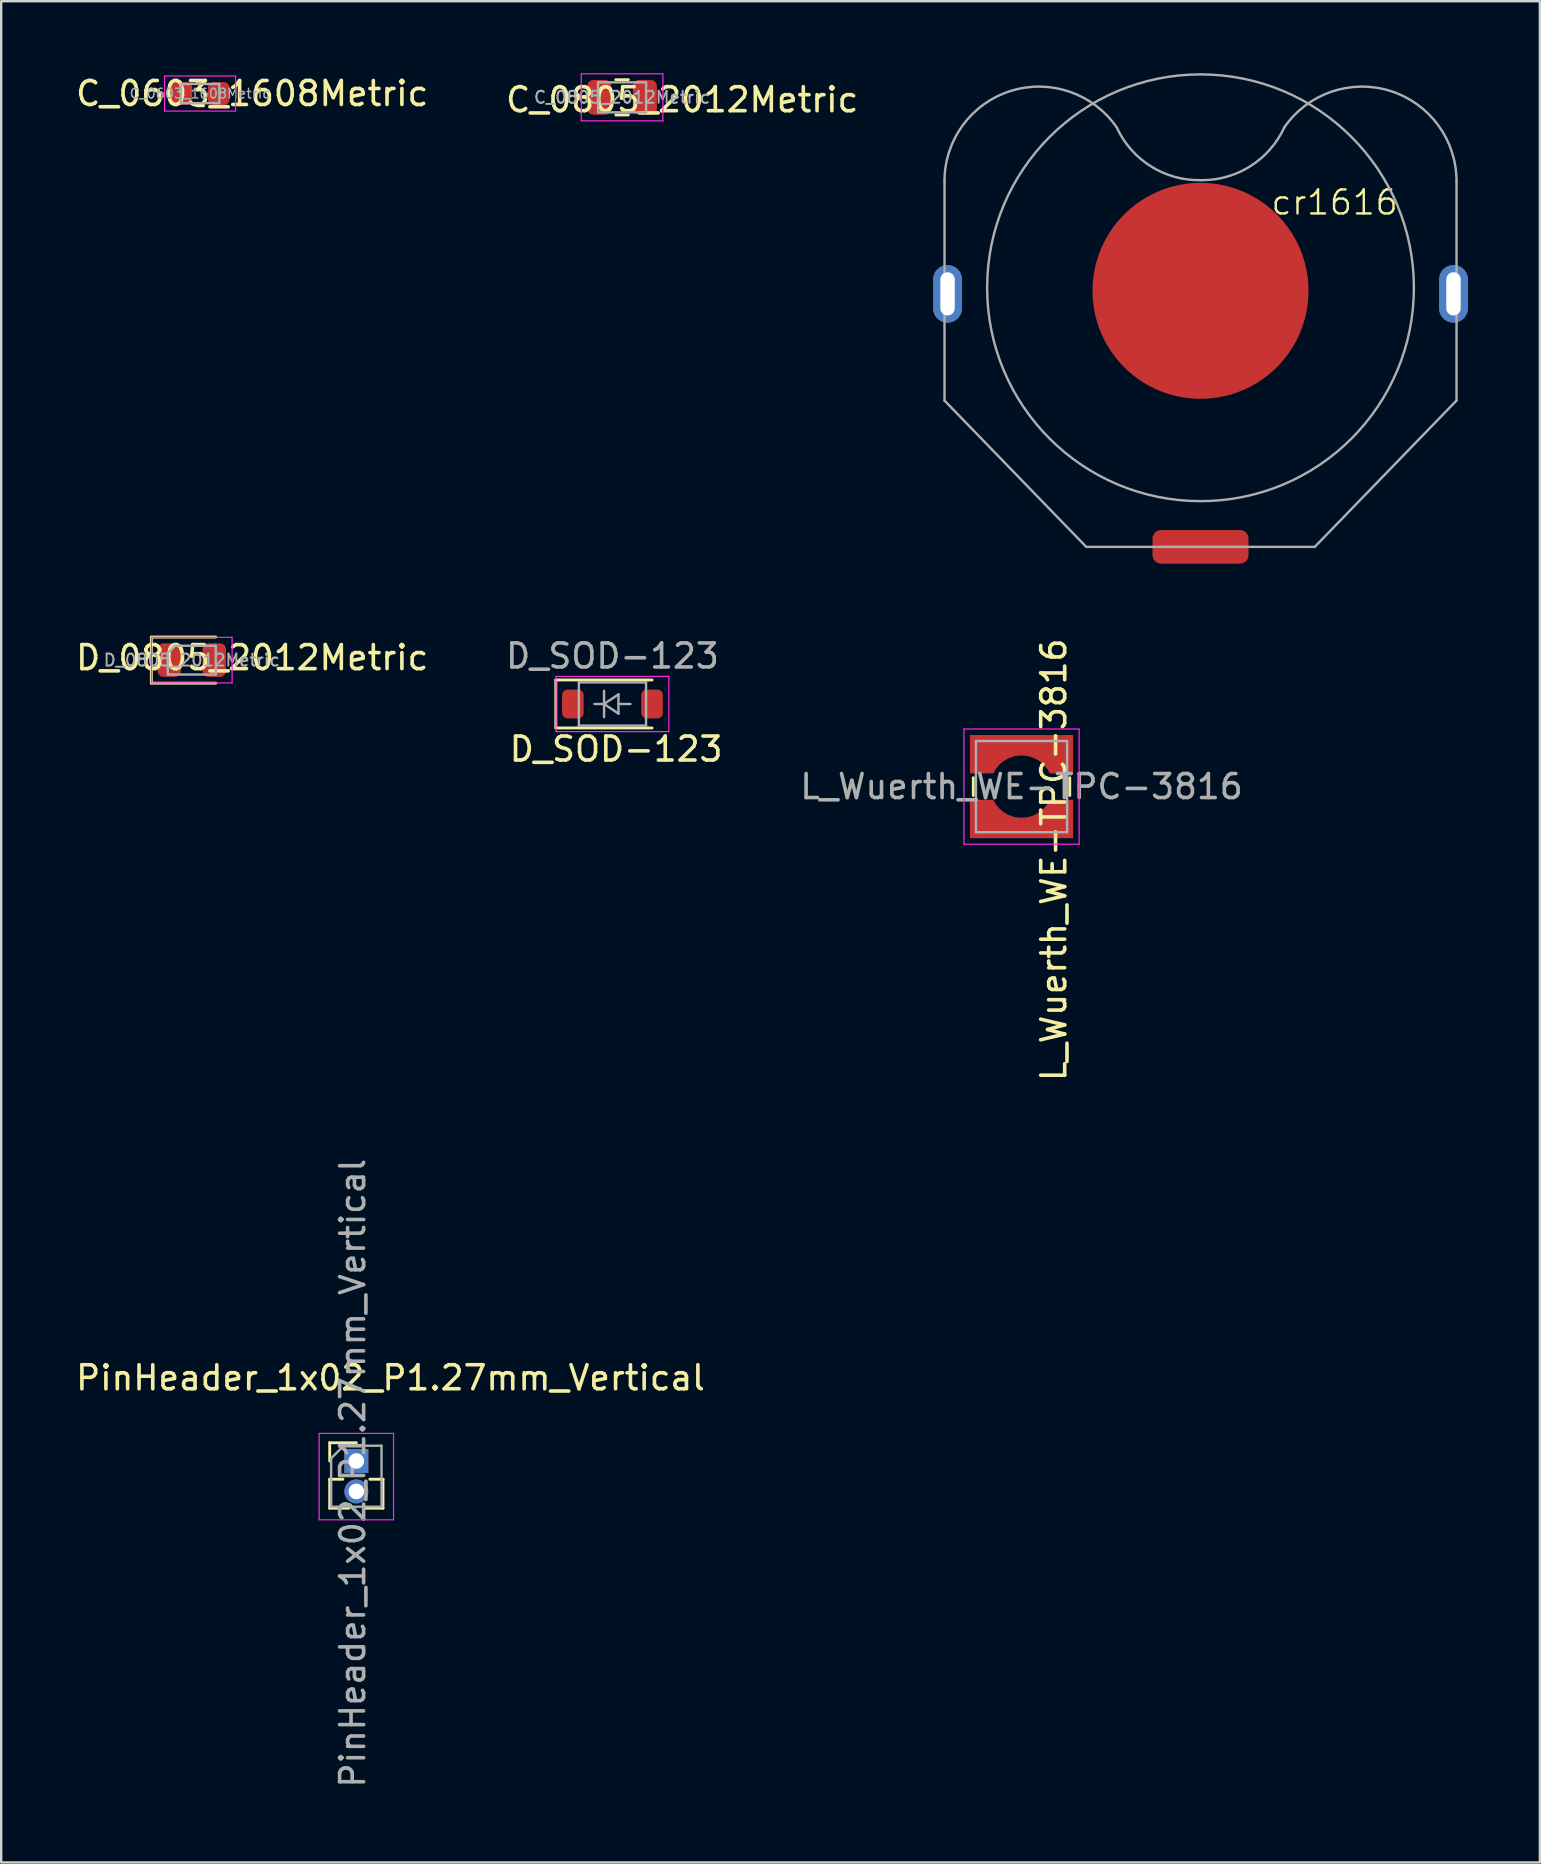
<source format=kicad_pcb>
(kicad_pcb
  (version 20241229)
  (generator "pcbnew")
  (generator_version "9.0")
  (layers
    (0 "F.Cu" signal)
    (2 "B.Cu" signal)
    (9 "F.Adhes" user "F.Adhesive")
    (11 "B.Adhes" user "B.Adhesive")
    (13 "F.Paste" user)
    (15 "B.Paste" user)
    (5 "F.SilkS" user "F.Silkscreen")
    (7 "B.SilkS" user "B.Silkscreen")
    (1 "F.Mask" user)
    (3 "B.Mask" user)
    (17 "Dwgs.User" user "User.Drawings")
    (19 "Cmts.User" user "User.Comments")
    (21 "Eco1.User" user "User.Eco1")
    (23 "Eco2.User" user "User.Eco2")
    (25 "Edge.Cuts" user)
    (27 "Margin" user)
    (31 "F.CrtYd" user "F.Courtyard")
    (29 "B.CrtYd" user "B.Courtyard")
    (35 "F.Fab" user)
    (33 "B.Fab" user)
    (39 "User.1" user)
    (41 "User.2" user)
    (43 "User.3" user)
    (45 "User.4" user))
  (footprint "C_0603_1608Metric"
    (layer "F.Cu")
    (at 5.287 0.848)
    (property "Reference" "C_0603_1608Metric" (at 2.171 0 0) (layer "F.SilkS") (effects (font (size 1 1) (thickness 0.15))))
    (attr smd)
    (fp_line (start -0.141 -0.51) (end 0.141 -0.51) (stroke (width 0.12) (type solid)) (layer "F.SilkS"))
    (fp_line (start -0.141 0.51) (end 0.141 0.51) (stroke (width 0.12) (type solid)) (layer "F.SilkS"))
    (fp_line (start -1.48 -0.73) (end 1.48 -0.73) (stroke (width 0.05) (type solid)) (layer "F.CrtYd"))
    (fp_line (start -1.48 0.73) (end -1.48 -0.73) (stroke (width 0.05) (type solid)) (layer "F.CrtYd"))
    (fp_line (start 1.48 -0.73) (end 1.48 0.73) (stroke (width 0.05) (type solid)) (layer "F.CrtYd"))
    (fp_line (start 1.48 0.73) (end -1.48 0.73) (stroke (width 0.05) (type solid)) (layer "F.CrtYd"))
    (fp_line (start -0.8 -0.4) (end 0.8 -0.4) (stroke (width 0.1) (type solid)) (layer "F.Fab"))
    (fp_line (start -0.8 0.4) (end -0.8 -0.4) (stroke (width 0.1) (type solid)) (layer "F.Fab"))
    (fp_line (start 0.8 -0.4) (end 0.8 0.4) (stroke (width 0.1) (type solid)) (layer "F.Fab"))
    (fp_line (start 0.8 0.4) (end -0.8 0.4) (stroke (width 0.1) (type solid)) (layer "F.Fab"))
    (fp_text user "${REFERENCE}" (at 0 0 0) (layer "F.Fab") (effects (font (size 0.4 0.4) (thickness 0.06))))
    (pad "1" smd roundrect (at -0.775 0 180) (size 0.9 0.95) (layers "F.Cu" "F.Mask" "F.Paste") (roundrect_rratio 0.25))
    (pad "2" smd roundrect (at 0.775 0 180) (size 0.9 0.95) (layers "F.Cu" "F.Mask" "F.Paste") (roundrect_rratio 0.25)))
  (footprint "L_Wuerth_WE-TPC-3816"
    (layer "F.Cu")
    (at 39.515 29.727)
    (property "Reference" "L_Wuerth_WE-TPC-3816" (at 1.344 3.048 270) (layer "F.SilkS") (effects (font (size 1 1) (thickness 0.15))))
    (attr smd)
    (fp_line (start -2.01 0.37) (end -2.01 -0.37) (stroke (width 0.12) (type solid)) (layer "F.SilkS"))
    (fp_line (start 2.01 -0.37) (end 2.01 0.37) (stroke (width 0.12) (type solid)) (layer "F.SilkS"))
    (fp_line (start -2.4 -2.4) (end 2.4 -2.4) (stroke (width 0.05) (type solid)) (layer "F.CrtYd"))
    (fp_line (start -2.4 2.4) (end -2.4 -2.4) (stroke (width 0.05) (type solid)) (layer "F.CrtYd"))
    (fp_line (start 2.4 -2.4) (end 2.4 2.4) (stroke (width 0.05) (type solid)) (layer "F.CrtYd"))
    (fp_line (start 2.4 2.4) (end -2.4 2.4) (stroke (width 0.05) (type solid)) (layer "F.CrtYd"))
    (fp_line (start -1.9 -1.9) (end 1.9 -1.9) (stroke (width 0.1) (type solid)) (layer "F.Fab"))
    (fp_line (start -1.9 1.9) (end -1.9 -1.9) (stroke (width 0.1) (type solid)) (layer "F.Fab"))
    (fp_line (start 1.9 -1.9) (end 1.9 1.9) (stroke (width 0.1) (type solid)) (layer "F.Fab"))
    (fp_line (start 1.9 1.9) (end -1.9 1.9) (stroke (width 0.1) (type solid)) (layer "F.Fab"))
    (fp_text user "${REFERENCE}" (at 0 0 180) (layer "F.Fab") (effects (font (size 1 1) (thickness 0.15))))
    (pad "1" smd custom (at 0 -1.75) (size 0.7 0.7) (layers "F.Cu" "F.Mask" "F.Paste") (options (anchor circle)) (primitives (gr_poly (pts (xy 2.15 1.2) (xy 1.178 1.2) (xy 1.065 1.004) (xy 0.919 0.83) (xy 0.745 0.685) (xy 0.549 0.572) (xy 0.336 0.494) (xy 0.113 0.455) (xy -0.113 0.455) (xy -0.336 0.494) (xy -0.549 0.572) (xy -0.745 0.685) (xy -0.919 0.83) (xy -1.065 1.004) (xy -1.178 1.2) (xy -2.15 1.2) (xy -2.15 -0.4) (xy 2.15 -0.4)) (width 0) (fill yes))))
    (pad "2" smd custom (at 0 1.75) (size 0.7 0.7) (layers "F.Cu" "F.Mask" "F.Paste") (options (anchor circle)) (primitives (gr_poly (pts (xy -1.065 -1.004) (xy -0.919 -0.83) (xy -0.745 -0.685) (xy -0.549 -0.572) (xy -0.336 -0.494) (xy -0.113 -0.455) (xy 0.113 -0.455) (xy 0.336 -0.494) (xy 0.549 -0.572) (xy 0.745 -0.685) (xy 0.919 -0.83) (xy 1.065 -1.004) (xy 1.178 -1.2) (xy 2.15 -1.2) (xy 2.15 0.4) (xy -2.15 0.4) (xy -2.15 -1.2) (xy -1.178 -1.2)) (width 0) (fill yes)))))
  (footprint "cr1616"
    (layer "F.Cu")
    (at 46.974 9.068)
    (property "Reference" "cr1616" (at 5.588 -3.683 0) (unlocked yes) (layer "F.SilkS") (effects (font (size 1 1) (thickness 0.1))))
    (attr smd)
    (fp_line (start -10.668 -4.572) (end -10.668 4.572) (stroke (width 0.1) (type default)) (layer "F.Fab"))
    (fp_line (start -10.668 4.572) (end -4.763 10.668) (stroke (width 0.1) (type default)) (layer "F.Fab"))
    (fp_line (start 4.761 10.668) (end -4.763 10.668) (stroke (width 0.1) (type default)) (layer "F.Fab"))
    (fp_line (start 10.667 -4.572) (end 10.667 4.572) (stroke (width 0.1) (type default)) (layer "F.Fab"))
    (fp_line (start 10.667 4.572) (end 4.761 10.668) (stroke (width 0.1) (type default)) (layer "F.Fab"))
    (fp_arc (start -10.668 -4.572) (mid -7.904886 -8.32992) (end -3.494029 -6.81298) (stroke (width 0.1) (type default)) (layer "F.Fab"))
    (fp_arc (start -0.000637 -4.610211) (mid -2.075549 -5.191075) (end -3.494028 -6.81298) (stroke (width 0.1) (type default)) (layer "F.Fab"))
    (fp_arc (start 3.492754 -6.81298) (mid 2.074275 -5.191074) (end -0.000637 -4.610211) (stroke (width 0.1) (type default)) (layer "F.Fab"))
    (fp_arc (start 3.492755 -6.81298) (mid 7.903612 -8.32992) (end 10.666726 -4.572) (stroke (width 0.1) (type default)) (layer "F.Fab"))
    (fp_circle (center 0 -0.127) (end -8.89 0) (stroke (width 0.1) (type default)) (fill no) (layer "F.Fab"))
    (pad "" smd roundrect (at 0 10.668 90) (size 1.4 4) (property pad_prop_bga) (layers "F.Cu" "F.Mask" "F.Paste") (roundrect_rratio 0.25))
    (pad "1" thru_hole oval (at -10.541 0.127 90) (size 2.4 1.2) (drill oval 1.8 0.6) (layers "*.Cu" "*.Mask"))
    (pad "1" thru_hole oval (at 10.541 0.127 90) (size 2.4 1.2) (drill oval 1.8 0.6) (layers "*.Cu" "*.Mask"))
    (pad "2" smd circle (at 0 0) (size 9 9) (layers "F.Cu" "F.Mask")))
  (footprint "D_0805_2012Metric"
    (layer "F.Cu")
    (at 4.941 24.456)
    (property "Reference" "D_0805_2012Metric" (at 2.517 -0.102 0) (layer "F.SilkS") (effects (font (size 1 1) (thickness 0.15))))
    (attr smd)
    (fp_line (start -1.685 -0.96) (end -1.685 0.96) (stroke (width 0.12) (type solid)) (layer "F.SilkS"))
    (fp_line (start -1.685 0.96) (end 1 0.96) (stroke (width 0.12) (type solid)) (layer "F.SilkS"))
    (fp_line (start 1 -0.96) (end -1.685 -0.96) (stroke (width 0.12) (type solid)) (layer "F.SilkS"))
    (fp_line (start -1.68 -0.95) (end 1.68 -0.95) (stroke (width 0.05) (type solid)) (layer "F.CrtYd"))
    (fp_line (start -1.68 0.95) (end -1.68 -0.95) (stroke (width 0.05) (type solid)) (layer "F.CrtYd"))
    (fp_line (start 1.68 -0.95) (end 1.68 0.95) (stroke (width 0.05) (type solid)) (layer "F.CrtYd"))
    (fp_line (start 1.68 0.95) (end -1.68 0.95) (stroke (width 0.05) (type solid)) (layer "F.CrtYd"))
    (fp_line (start -1 -0.3) (end -1 0.6) (stroke (width 0.1) (type solid)) (layer "F.Fab"))
    (fp_line (start -1 0.6) (end 1 0.6) (stroke (width 0.1) (type solid)) (layer "F.Fab"))
    (fp_line (start -0.7 -0.6) (end -1 -0.3) (stroke (width 0.1) (type solid)) (layer "F.Fab"))
    (fp_line (start 1 -0.6) (end -0.7 -0.6) (stroke (width 0.1) (type solid)) (layer "F.Fab"))
    (fp_line (start 1 0.6) (end 1 -0.6) (stroke (width 0.1) (type solid)) (layer "F.Fab"))
    (fp_text user "${REFERENCE}" (at 0 0 0) (layer "F.Fab") (effects (font (size 0.5 0.5) (thickness 0.08))))
    (pad "1" smd roundrect (at -0.938 0 180) (size 0.975 1.4) (layers "F.Cu" "F.Mask" "F.Paste") (roundrect_rratio 0.25))
    (pad "2" smd roundrect (at 0.938 0 180) (size 0.975 1.4) (layers "F.Cu" "F.Mask" "F.Paste") (roundrect_rratio 0.25)))
  (footprint "D_SOD-123"
    (layer "F.Cu")
    (at 22.47 26.284)
    (property "Reference" "D_SOD-123" (at 0.152 1.88 0) (layer "F.SilkS") (effects (font (size 1 1) (thickness 0.15))))
    (attr smd)
    (fp_line (start -2.36 -1) (end -2.36 1) (stroke (width 0.12) (type solid)) (layer "F.SilkS"))
    (fp_line (start -2.36 -1) (end 1.65 -1) (stroke (width 0.12) (type solid)) (layer "F.SilkS"))
    (fp_line (start -2.36 1) (end 1.65 1) (stroke (width 0.12) (type solid)) (layer "F.SilkS"))
    (fp_line (start -2.35 -1.15) (end -2.35 1.15) (stroke (width 0.05) (type solid)) (layer "F.CrtYd"))
    (fp_line (start -2.35 -1.15) (end 2.35 -1.15) (stroke (width 0.05) (type solid)) (layer "F.CrtYd"))
    (fp_line (start 2.35 -1.15) (end 2.35 1.15) (stroke (width 0.05) (type solid)) (layer "F.CrtYd"))
    (fp_line (start 2.35 1.15) (end -2.35 1.15) (stroke (width 0.05) (type solid)) (layer "F.CrtYd"))
    (fp_line (start -1.4 -0.9) (end 1.4 -0.9) (stroke (width 0.1) (type solid)) (layer "F.Fab"))
    (fp_line (start -1.4 0.9) (end -1.4 -0.9) (stroke (width 0.1) (type solid)) (layer "F.Fab"))
    (fp_line (start -0.75 0) (end -0.35 0) (stroke (width 0.1) (type solid)) (layer "F.Fab"))
    (fp_line (start -0.35 0) (end -0.35 -0.55) (stroke (width 0.1) (type solid)) (layer "F.Fab"))
    (fp_line (start -0.35 0) (end -0.35 0.55) (stroke (width 0.1) (type solid)) (layer "F.Fab"))
    (fp_line (start -0.35 0) (end 0.25 -0.4) (stroke (width 0.1) (type solid)) (layer "F.Fab"))
    (fp_line (start 0.25 -0.4) (end 0.25 0.4) (stroke (width 0.1) (type solid)) (layer "F.Fab"))
    (fp_line (start 0.25 0) (end 0.75 0) (stroke (width 0.1) (type solid)) (layer "F.Fab"))
    (fp_line (start 0.25 0.4) (end -0.35 0) (stroke (width 0.1) (type solid)) (layer "F.Fab"))
    (fp_line (start 1.4 -0.9) (end 1.4 0.9) (stroke (width 0.1) (type solid)) (layer "F.Fab"))
    (fp_line (start 1.4 0.9) (end -1.4 0.9) (stroke (width 0.1) (type solid)) (layer "F.Fab"))
    (fp_text user "${REFERENCE}" (at 0 -2 0) (layer "F.Fab") (effects (font (size 1 1) (thickness 0.15))))
    (pad "1" smd roundrect (at -1.65 0 180) (size 0.9 1.2) (layers "F.Cu" "F.Mask" "F.Paste") (roundrect_rratio 0.25))
    (pad "2" smd roundrect (at 1.65 0 180) (size 0.9 1.2) (layers "F.Cu" "F.Mask" "F.Paste") (roundrect_rratio 0.25)))
  (footprint "C_0805_2012Metric"
    (layer "F.Cu")
    (at 22.871 1.005)
    (property "Reference" "C_0805_2012Metric" (at 2.504 0.102 0) (layer "F.SilkS") (effects (font (size 1 1) (thickness 0.15))))
    (attr smd)
    (fp_line (start -0.261 -0.735) (end 0.261 -0.735) (stroke (width 0.12) (type solid)) (layer "F.SilkS"))
    (fp_line (start -0.261 0.735) (end 0.261 0.735) (stroke (width 0.12) (type solid)) (layer "F.SilkS"))
    (fp_line (start -1.7 -0.98) (end 1.7 -0.98) (stroke (width 0.05) (type solid)) (layer "F.CrtYd"))
    (fp_line (start -1.7 0.98) (end -1.7 -0.98) (stroke (width 0.05) (type solid)) (layer "F.CrtYd"))
    (fp_line (start 1.7 -0.98) (end 1.7 0.98) (stroke (width 0.05) (type solid)) (layer "F.CrtYd"))
    (fp_line (start 1.7 0.98) (end -1.7 0.98) (stroke (width 0.05) (type solid)) (layer "F.CrtYd"))
    (fp_line (start -1 -0.625) (end 1 -0.625) (stroke (width 0.1) (type solid)) (layer "F.Fab"))
    (fp_line (start -1 0.625) (end -1 -0.625) (stroke (width 0.1) (type solid)) (layer "F.Fab"))
    (fp_line (start 1 -0.625) (end 1 0.625) (stroke (width 0.1) (type solid)) (layer "F.Fab"))
    (fp_line (start 1 0.625) (end -1 0.625) (stroke (width 0.1) (type solid)) (layer "F.Fab"))
    (fp_text user "${REFERENCE}" (at 0 0 0) (layer "F.Fab") (effects (font (size 0.5 0.5) (thickness 0.08))))
    (pad "1" smd roundrect (at -0.95 0 180) (size 1 1.45) (layers "F.Cu" "F.Mask" "F.Paste") (roundrect_rratio 0.25))
    (pad "2" smd roundrect (at 0.95 0 180) (size 1 1.45) (layers "F.Cu" "F.Mask" "F.Paste") (roundrect_rratio 0.25)))
  (footprint "PinHeader_1x02_P1.27mm_Vertical"
    (layer "F.Cu")
    (at 11.798 57.827)
    (property "Reference" "PinHeader_1x02_P1.27mm_Vertical" (at 1.422 -3.465 180) (layer "F.SilkS") (effects (font (size 1 1) (thickness 0.15))))
    (attr through_hole)
    (fp_line (start -1.11 -0.76) (end 0 -0.76) (stroke (width 0.12) (type solid)) (layer "F.SilkS"))
    (fp_line (start -1.11 0) (end -1.11 -0.76) (stroke (width 0.12) (type solid)) (layer "F.SilkS"))
    (fp_line (start -1.11 0.76) (end -1.11 1.965) (stroke (width 0.12) (type solid)) (layer "F.SilkS"))
    (fp_line (start -1.11 0.76) (end -0.563 0.76) (stroke (width 0.12) (type solid)) (layer "F.SilkS"))
    (fp_line (start -1.11 1.965) (end -0.308 1.965) (stroke (width 0.12) (type solid)) (layer "F.SilkS"))
    (fp_line (start 0.308 1.965) (end 1.11 1.965) (stroke (width 0.12) (type solid)) (layer "F.SilkS"))
    (fp_line (start 0.563 0.76) (end 1.11 0.76) (stroke (width 0.12) (type solid)) (layer "F.SilkS"))
    (fp_line (start 1.11 0.76) (end 1.11 1.965) (stroke (width 0.12) (type solid)) (layer "F.SilkS"))
    (fp_line (start -1.55 -1.15) (end -1.55 2.45) (stroke (width 0.05) (type solid)) (layer "F.CrtYd"))
    (fp_line (start -1.55 2.45) (end 1.55 2.45) (stroke (width 0.05) (type solid)) (layer "F.CrtYd"))
    (fp_line (start 1.55 -1.15) (end -1.55 -1.15) (stroke (width 0.05) (type solid)) (layer "F.CrtYd"))
    (fp_line (start 1.55 2.45) (end 1.55 -1.15) (stroke (width 0.05) (type solid)) (layer "F.CrtYd"))
    (fp_line (start -1.05 -0.11) (end -0.525 -0.635) (stroke (width 0.1) (type solid)) (layer "F.Fab"))
    (fp_line (start -1.05 1.905) (end -1.05 -0.11) (stroke (width 0.1) (type solid)) (layer "F.Fab"))
    (fp_line (start -0.525 -0.635) (end 1.05 -0.635) (stroke (width 0.1) (type solid)) (layer "F.Fab"))
    (fp_line (start 1.05 -0.635) (end 1.05 1.905) (stroke (width 0.1) (type solid)) (layer "F.Fab"))
    (fp_line (start 1.05 1.905) (end -1.05 1.905) (stroke (width 0.1) (type solid)) (layer "F.Fab"))
    (fp_text user "${REFERENCE}" (at -0.152 0.508 270) (layer "F.Fab") (effects (font (size 1 1) (thickness 0.15))))
    (pad "1" thru_hole rect (at 0 0) (size 1 1) (drill 0.65) (layers "*.Cu" "*.Mask"))
    (pad "2" thru_hole oval (at 0 1.27) (size 1 1) (drill 0.65) (layers "*.Cu" "*.Mask")))
  (gr_rect
    (start -3 -3)
    (end 61.115 74.555)
    (stroke (width 0.1) (type default))
    (fill no)
    (layer "Edge.Cuts")))
</source>
